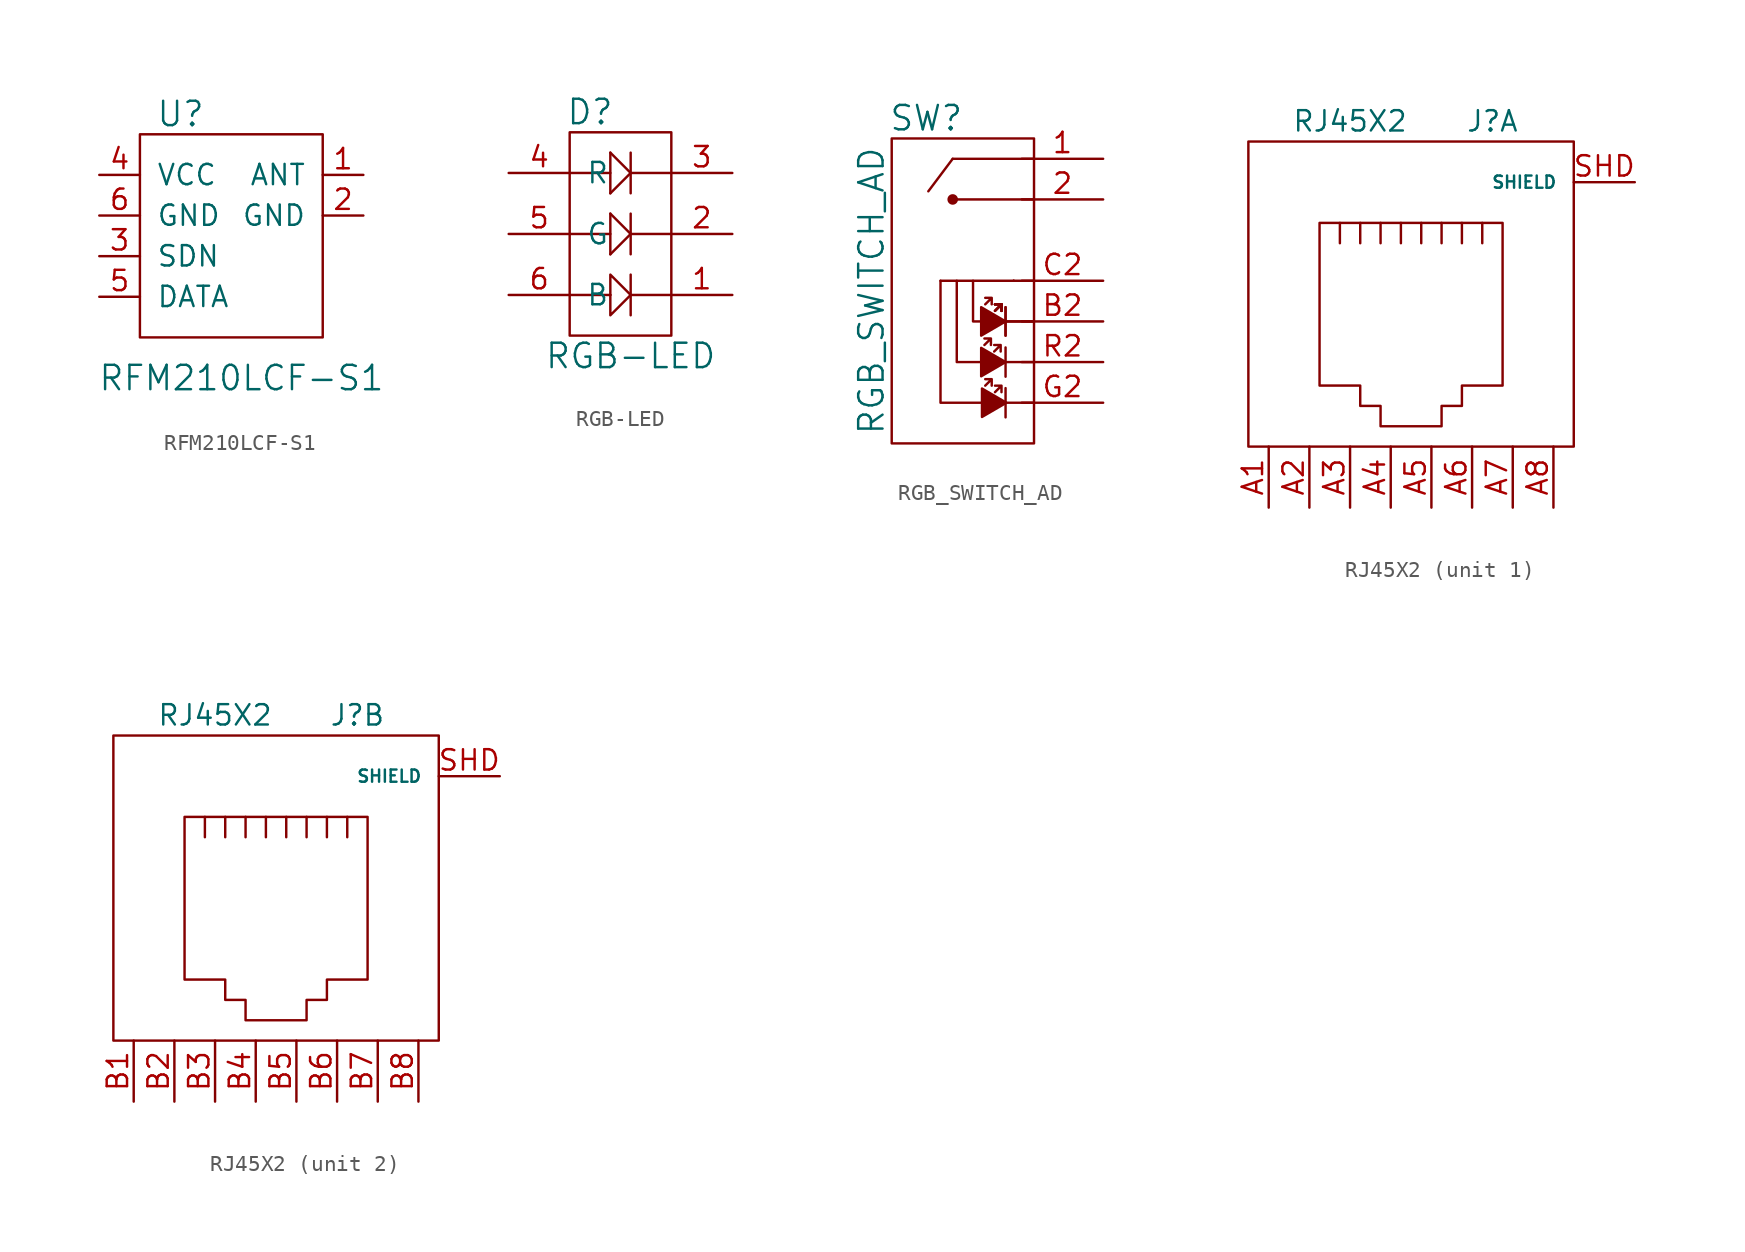
<source format=kicad_sym>
(kicad_symbol_lib
  (version 20210619)
  (generator kicad_symbol_editor)
  (symbol "tinkerforge:RFM210LCF-S1"
    (pin_names
      (offset 1.016))
    (property "Reference" "U"
      (at -3.81 7.62 0)
      (effects (font (size 1.524 1.524))))
    (property "Value" "RFM210LCF-S1"
      (at 0 -8.89 0)
      (effects (font (size 1.524 1.524))))
    (symbol "RFM210LCF-S1_0_1"
      (rectangle (start -6.35 6.35) (end 5.08 -6.35) (stroke (width 0)) (fill (type none))))
    (symbol "RFM210LCF-S1_1_1"
      (pin passive line (at 7.62 3.81 180) (length 2.54) (name "ANT" (effects (font (size 1.27 1.27)))) (number "1" (effects (font (size 1.27 1.27)))))
      (pin passive line (at 7.62 1.27 180) (length 2.54) (name "GND" (effects (font (size 1.27 1.27)))) (number "2" (effects (font (size 1.27 1.27)))))
      (pin passive line (at -8.89 -1.27 0) (length 2.54) (name "SDN" (effects (font (size 1.27 1.27)))) (number "3" (effects (font (size 1.27 1.27)))))
      (pin passive line (at -8.89 3.81 0) (length 2.54) (name "VCC" (effects (font (size 1.27 1.27)))) (number "4" (effects (font (size 1.27 1.27)))))
      (pin passive line (at -8.89 -3.81 0) (length 2.54) (name "DATA" (effects (font (size 1.27 1.27)))) (number "5" (effects (font (size 1.27 1.27)))))
      (pin passive line (at -8.89 1.27 0) (length 2.54) (name "GND" (effects (font (size 1.27 1.27)))) (number "6" (effects (font (size 1.27 1.27)))))))
  (symbol "tinkerforge:RGB-LED"
    (pin_names
      (offset 1.016))
    (property "Reference" "D"
      (at -1.27 6.35 0)
      (effects (font (size 1.524 1.524))))
    (property "Value" "RGB-LED"
      (at 1.27 -8.89 0)
      (effects (font (size 1.524 1.524))))
    (property "Footprint" ""
      (at 6.35 -2.54 0)
      (effects (font (size 1.524 1.524))))
    (property "Datasheet" ""
      (at 6.35 -2.54 0)
      (effects (font (size 1.524 1.524))))
    (symbol "RGB-LED_0_1"
      (rectangle (start -2.54 5.08) (end 3.81 -7.62) (stroke (width 0)) (fill (type none)))
      (polyline (pts (xy -2.54 2.54) (xy 0 2.54)) (stroke (width 0)) (fill (type none)))
      (polyline (pts (xy 0 -5.08) (xy -2.54 -5.08)) (stroke (width 0)) (fill (type none)))
      (polyline (pts (xy 0 -5.08) (xy 0 -5.08)) (stroke (width 0)) (fill (type none)))
      (polyline (pts (xy 0 -2.54) (xy 1.27 -1.27)) (stroke (width 0)) (fill (type none)))
      (polyline (pts (xy 0 -1.27) (xy -2.54 -1.27)) (stroke (width 0)) (fill (type none)))
      (polyline (pts (xy 0 0) (xy 0 -2.54)) (stroke (width 0)) (fill (type none)))
      (polyline (pts (xy 0 0) (xy 1.27 -1.27)) (stroke (width 0)) (fill (type none)))
      (polyline (pts (xy 0 3.81) (xy 0 1.27)) (stroke (width 0)) (fill (type none)))
      (polyline (pts (xy 0 3.81) (xy 1.27 2.54)) (stroke (width 0)) (fill (type none)))
      (polyline (pts (xy 1.27 -5.08) (xy 3.81 -5.08)) (stroke (width 0)) (fill (type none)))
      (polyline (pts (xy 1.27 -3.81) (xy 1.27 -6.35)) (stroke (width 0)) (fill (type none)))
      (polyline (pts (xy 1.27 -1.27) (xy 3.81 -1.27)) (stroke (width 0)) (fill (type none)))
      (polyline (pts (xy 1.27 0) (xy 1.27 -2.54)) (stroke (width 0)) (fill (type none)))
      (polyline (pts (xy 1.27 2.54) (xy 0 1.27)) (stroke (width 0)) (fill (type none)))
      (polyline (pts (xy 1.27 2.54) (xy 3.81 2.54)) (stroke (width 0)) (fill (type none)))
      (polyline (pts (xy 1.27 3.81) (xy 1.27 1.27)) (stroke (width 0)) (fill (type none)))
      (polyline (pts (xy 0 -5.08) (xy 0 -3.81) (xy 1.27 -5.08) (xy 0 -6.35) (xy 0 -5.08)) (stroke (width 0)) (fill (type none))))
    (symbol "RGB-LED_1_1"
      (pin passive line (at 7.62 -5.08 180) (length 3.81) (name "~" (effects (font (size 1.27 1.27)))) (number "1" (effects (font (size 1.27 1.27)))))
      (pin passive line (at 7.62 -1.27 180) (length 3.81) (name "~" (effects (font (size 1.27 1.27)))) (number "2" (effects (font (size 1.27 1.27)))))
      (pin passive line (at 7.62 2.54 180) (length 3.81) (name "~" (effects (font (size 1.27 1.27)))) (number "3" (effects (font (size 1.27 1.27)))))
      (pin passive line (at -6.35 2.54 0) (length 3.81) (name "R" (effects (font (size 1.27 1.27)))) (number "4" (effects (font (size 1.27 1.27)))))
      (pin passive line (at -6.35 -1.27 0) (length 3.81) (name "G" (effects (font (size 1.27 1.27)))) (number "5" (effects (font (size 1.27 1.27)))))
      (pin passive line (at -6.35 -5.08 0) (length 3.81) (name "B" (effects (font (size 1.27 1.27)))) (number "6" (effects (font (size 1.27 1.27)))))))
  (symbol "tinkerforge:RGB_SWITCH_AD"
    (pin_names
      (offset 1.016))
    (property "Reference" "SW"
      (at -2.159 11.43 0)
      (effects (font (size 1.524 1.524))))
    (property "Value" "RGB_SWITCH_AD"
      (at -5.588 0.635 90)
      (effects (font (size 1.524 1.524))))
    (property "Footprint" ""
      (at -4.318 2.54 0)
      (effects (font (size 1.524 1.524))))
    (property "Datasheet" ""
      (at -4.318 2.54 0)
      (effects (font (size 1.524 1.524))))
    (symbol "RGB_SWITCH_AD_0_1"
      (circle (center -0.508 6.35) (radius 0.254) (stroke (width 0)) (fill (type outline)))
      (rectangle (start 4.572 10.16) (end -4.318 -8.89) (stroke (width 0)) (fill (type none)))
      (polyline (pts (xy -0.508 8.89) (xy -2.032 6.858)) (stroke (width 0)) (fill (type none)))
      (polyline (pts (xy 2.54 -0.203) (xy 2.134 -0.61)) (stroke (width 0)) (fill (type none)))
      (polyline (pts (xy 2.54 -0.203) (xy 2.134 -0.61)) (stroke (width 0)) (fill (type none)))
      (polyline (pts (xy 2.54 -0.203) (xy 2.134 -0.61)) (stroke (width 0)) (fill (type none)))
      (polyline (pts (xy 2.794 -6.35) (xy 2.794 -7.264)) (stroke (width 0)) (fill (type none)))
      (polyline (pts (xy 2.794 -6.35) (xy 2.794 -5.436)) (stroke (width 0)) (fill (type none)))
      (polyline (pts (xy 2.794 -3.81) (xy 2.794 -4.724)) (stroke (width 0)) (fill (type none)))
      (polyline (pts (xy 2.794 -3.81) (xy 2.794 -2.896)) (stroke (width 0)) (fill (type none)))
      (polyline (pts (xy 2.794 -1.27) (xy 2.794 -2.159)) (stroke (width 0)) (fill (type none)))
      (polyline (pts (xy 2.794 -1.27) (xy 2.794 -2.159)) (stroke (width 0)) (fill (type none)))
      (polyline (pts (xy 2.794 -1.27) (xy 2.794 -1.27)) (stroke (width 0)) (fill (type none)))
      (polyline (pts (xy 2.794 -1.27) (xy 2.794 -1.27)) (stroke (width 0)) (fill (type none)))
      (polyline (pts (xy 2.794 -1.27) (xy 2.794 -0.381)) (stroke (width 0)) (fill (type none)))
      (polyline (pts (xy 2.794 -1.27) (xy 2.794 -0.381)) (stroke (width 0)) (fill (type none)))
      (polyline (pts (xy 3.302 1.27) (xy 3.302 1.27)) (stroke (width 0)) (fill (type none)))
      (polyline (pts (xy 3.302 1.27) (xy 3.302 1.27)) (stroke (width 0)) (fill (type none)))
      (polyline (pts (xy 4.572 -6.35) (xy 2.794 -6.35)) (stroke (width 0)) (fill (type none)))
      (polyline (pts (xy 4.572 -3.81) (xy 2.743 -3.81)) (stroke (width 0)) (fill (type none)))
      (polyline (pts (xy 4.572 -1.27) (xy 2.794 -1.27)) (stroke (width 0)) (fill (type none)))
      (polyline (pts (xy 4.572 -1.27) (xy 2.794 -1.27)) (stroke (width 0)) (fill (type none)))
      (polyline (pts (xy 4.572 1.27) (xy -1.27 1.27)) (stroke (width 0)) (fill (type none)))
      (polyline (pts (xy 4.572 8.89) (xy -0.508 8.89)) (stroke (width 0)) (fill (type none)))
      (polyline (pts (xy 1.27 -6.35) (xy -1.27 -6.35) (xy -1.27 1.27)) (stroke (width 0)) (fill (type none)))
      (polyline (pts (xy 1.27 -1.27) (xy 0.762 -1.27) (xy 0.762 1.27)) (stroke (width 0)) (fill (type none)))
      (polyline (pts (xy 2.134 -0.203) (xy 2.54 -0.203) (xy 2.54 -0.61)) (stroke (width 0)) (fill (type none)))
      (polyline (pts (xy 2.134 -0.203) (xy 2.54 -0.203) (xy 2.54 -0.61)) (stroke (width 0)) (fill (type none)))
      (polyline (pts (xy 2.134 -0.203) (xy 2.54 -0.203) (xy 2.54 -0.61)) (stroke (width 0)) (fill (type none)))
      (polyline (pts (xy 2.134 -0.203) (xy 2.54 -0.203) (xy 2.54 -0.61)) (stroke (width 0)) (fill (type none)))
      (polyline (pts (xy 2.134 -0.203) (xy 2.54 -0.203) (xy 2.54 -0.61)) (stroke (width 0)) (fill (type none)))
      (polyline (pts (xy 1.27 -3.81) (xy 0.254 -3.81) (xy -0.254 -3.81) (xy -0.254 1.27)) (stroke (width 0)) (fill (type none)))
      (polyline (pts (xy 1.88 -2.743) (xy 1.88 -2.337) (xy 1.473 -2.337) (xy 1.88 -2.337) (xy 1.473 -2.743)) (stroke (width 0)) (fill (type none)))
      (polyline (pts (xy 1.93 -5.283) (xy 1.93 -4.877) (xy 1.524 -4.877) (xy 1.93 -4.877) (xy 1.524 -5.283)) (stroke (width 0)) (fill (type none)))
      (polyline (pts (xy 1.93 -0.203) (xy 1.93 0.203) (xy 1.524 0.203) (xy 1.93 0.203) (xy 1.524 -0.203)) (stroke (width 0)) (fill (type none)))
      (polyline (pts (xy 2.489 -3.15) (xy 2.489 -2.743) (xy 2.083 -2.743) (xy 2.489 -2.743) (xy 2.083 -3.15)) (stroke (width 0)) (fill (type none)))
      (polyline (pts (xy 2.54 -5.69) (xy 2.54 -5.283) (xy 2.134 -5.283) (xy 2.54 -5.283) (xy 2.134 -5.69)) (stroke (width 0)) (fill (type none)))
      (polyline (pts (xy 4.572 6.35) (xy -0.508 6.35)) (stroke (width 0)) (fill (type outline)))
      (polyline (pts (xy 2.794 -3.81) (xy 1.27 -2.921) (xy 1.27 -4.699) (xy 2.794 -3.81)) (stroke (width 0)) (fill (type outline)))
      (polyline (pts (xy 2.794 -1.27) (xy 1.27 -0.381) (xy 1.27 -2.159) (xy 2.794 -1.27)) (stroke (width 0)) (fill (type outline)))
      (polyline (pts (xy 2.845 -6.35) (xy 1.321 -5.461) (xy 1.321 -7.239) (xy 2.845 -6.35)) (stroke (width 0)) (fill (type outline))))
    (symbol "RGB_SWITCH_AD_1_1"
      (pin passive line (at 8.89 8.89 180) (length 5.08) (name "~" (effects (font (size 1.27 1.27)))) (number "1" (effects (font (size 1.27 1.27)))))
      (pin passive line (at 8.89 6.35 180) (length 5.08) (name "~" (effects (font (size 1.27 1.27)))) (number "2" (effects (font (size 1.27 1.27)))))
      (pin passive line (at 8.89 -1.27 180) (length 5.08) (name "~" (effects (font (size 1.27 1.27)))) (number "B2" (effects (font (size 1.27 1.27)))))
      (pin passive line (at 8.89 1.27 180) (length 5.08) (name "~" (effects (font (size 1.27 1.27)))) (number "C2" (effects (font (size 1.27 1.27)))))
      (pin passive line (at 8.89 -6.35 180) (length 5.08) (name "~" (effects (font (size 1.27 1.27)))) (number "G2" (effects (font (size 1.27 1.27)))))
      (pin passive line (at 8.89 -3.81 180) (length 5.08) (name "~" (effects (font (size 1.27 1.27)))) (number "R2" (effects (font (size 1.27 1.27)))))))
  (symbol "tinkerforge:RJ45X2"
    (pin_names
      (offset 1.016))
    (property "Reference" "J"
      (at 5.08 12.7 0)
      (effects (font (size 1.27 1.27))))
    (property "Value" "RJ45X2"
      (at -3.81 12.7 0)
      (effects (font (size 1.27 1.27))))
    (property "Footprint" ""
      (at 0 0 0)
      (effects (font (size 1.27 1.27))))
    (property "Datasheet" ""
      (at 0 0 0)
      (effects (font (size 1.27 1.27))))
    (symbol "RJ45X2_0_1"
      (rectangle (start -10.16 -7.62) (end 10.16 11.43) (stroke (width 0)) (fill (type none)))
      (polyline (pts (xy -4.445 5.08) (xy -4.445 6.35) (xy -4.445 6.35)) (stroke (width 0)) (fill (type none)))
      (polyline (pts (xy -3.175 6.35) (xy -3.175 5.08) (xy -3.175 5.08)) (stroke (width 0)) (fill (type none)))
      (polyline (pts (xy -1.905 6.35) (xy -1.905 5.08) (xy -1.905 5.08)) (stroke (width 0)) (fill (type none)))
      (polyline (pts (xy -0.635 6.35) (xy -0.635 5.08) (xy -0.635 5.08)) (stroke (width 0)) (fill (type none)))
      (polyline (pts (xy 0.635 6.35) (xy 0.635 5.08) (xy 0.635 5.08)) (stroke (width 0)) (fill (type none)))
      (polyline (pts (xy 1.905 6.35) (xy 1.905 5.08) (xy 1.905 5.08)) (stroke (width 0)) (fill (type none)))
      (polyline (pts (xy 3.175 5.08) (xy 3.175 6.35) (xy 3.175 6.35)) (stroke (width 0)) (fill (type none)))
      (polyline (pts (xy 4.445 5.08) (xy 4.445 6.35) (xy 4.445 6.35)) (stroke (width 0)) (fill (type none)))
      (polyline (pts (xy -5.715 6.35) (xy 5.715 6.35) (xy 5.715 -3.81) (xy 3.175 -3.81) (xy 3.175 -5.08) (xy 1.905 -5.08) (xy 1.905 -6.35) (xy -1.905 -6.35) (xy -1.905 -5.08) (xy -3.175 -5.08) (xy -3.175 -3.81) (xy -5.715 -3.81) (xy -5.715 6.35) (xy -5.715 6.35)) (stroke (width 0)) (fill (type none))))
    (symbol "RJ45X2_1_1"
      (pin passive line (at -8.89 -11.43 90) (length 3.81) (name "~" (effects (font (size 1.27 1.27)))) (number "A1" (effects (font (size 1.27 1.27)))))
      (pin passive line (at -6.35 -11.43 90) (length 3.81) (name "~" (effects (font (size 1.27 1.27)))) (number "A2" (effects (font (size 1.27 1.27)))))
      (pin passive line (at -3.81 -11.43 90) (length 3.81) (name "~" (effects (font (size 1.27 1.27)))) (number "A3" (effects (font (size 1.27 1.27)))))
      (pin passive line (at -1.27 -11.43 90) (length 3.81) (name "~" (effects (font (size 1.27 1.27)))) (number "A4" (effects (font (size 1.27 1.27)))))
      (pin passive line (at 1.27 -11.43 90) (length 3.81) (name "~" (effects (font (size 1.27 1.27)))) (number "A5" (effects (font (size 1.27 1.27)))))
      (pin passive line (at 3.81 -11.43 90) (length 3.81) (name "~" (effects (font (size 1.27 1.27)))) (number "A6" (effects (font (size 1.27 1.27)))))
      (pin passive line (at 6.35 -11.43 90) (length 3.81) (name "~" (effects (font (size 0.762 0.762)))) (number "A7" (effects (font (size 1.27 1.27)))))
      (pin passive line (at 8.89 -11.43 90) (length 3.81) (name "~" (effects (font (size 0.762 0.762)))) (number "A8" (effects (font (size 1.27 1.27)))))
      (pin passive line (at 13.97 8.89 180) (length 3.81) (name "SHIELD" (effects (font (size 0.762 0.762)))) (number "SHD" (effects (font (size 1.27 1.27))))))
    (symbol "RJ45X2_2_1"
      (pin passive line (at -8.89 -11.43 90) (length 3.81) (name "~" (effects (font (size 1.27 1.27)))) (number "B1" (effects (font (size 1.27 1.27)))))
      (pin passive line (at -6.35 -11.43 90) (length 3.81) (name "~" (effects (font (size 1.27 1.27)))) (number "B2" (effects (font (size 1.27 1.27)))))
      (pin passive line (at -3.81 -11.43 90) (length 3.81) (name "~" (effects (font (size 1.27 1.27)))) (number "B3" (effects (font (size 1.27 1.27)))))
      (pin passive line (at -1.27 -11.43 90) (length 3.81) (name "~" (effects (font (size 1.27 1.27)))) (number "B4" (effects (font (size 1.27 1.27)))))
      (pin passive line (at 1.27 -11.43 90) (length 3.81) (name "~" (effects (font (size 1.27 1.27)))) (number "B5" (effects (font (size 1.27 1.27)))))
      (pin passive line (at 3.81 -11.43 90) (length 3.81) (name "~" (effects (font (size 1.27 1.27)))) (number "B6" (effects (font (size 1.27 1.27)))))
      (pin passive line (at 6.35 -11.43 90) (length 3.81) (name "~" (effects (font (size 0.762 0.762)))) (number "B7" (effects (font (size 1.27 1.27)))))
      (pin passive line (at 8.89 -11.43 90) (length 3.81) (name "~" (effects (font (size 0.762 0.762)))) (number "B8" (effects (font (size 1.27 1.27)))))
      (pin passive line (at 13.97 8.89 180) (length 3.81) (name "SHIELD" (effects (font (size 0.762 0.762)))) (number "SHD" (effects (font (size 1.27 1.27))))))))
</source>
